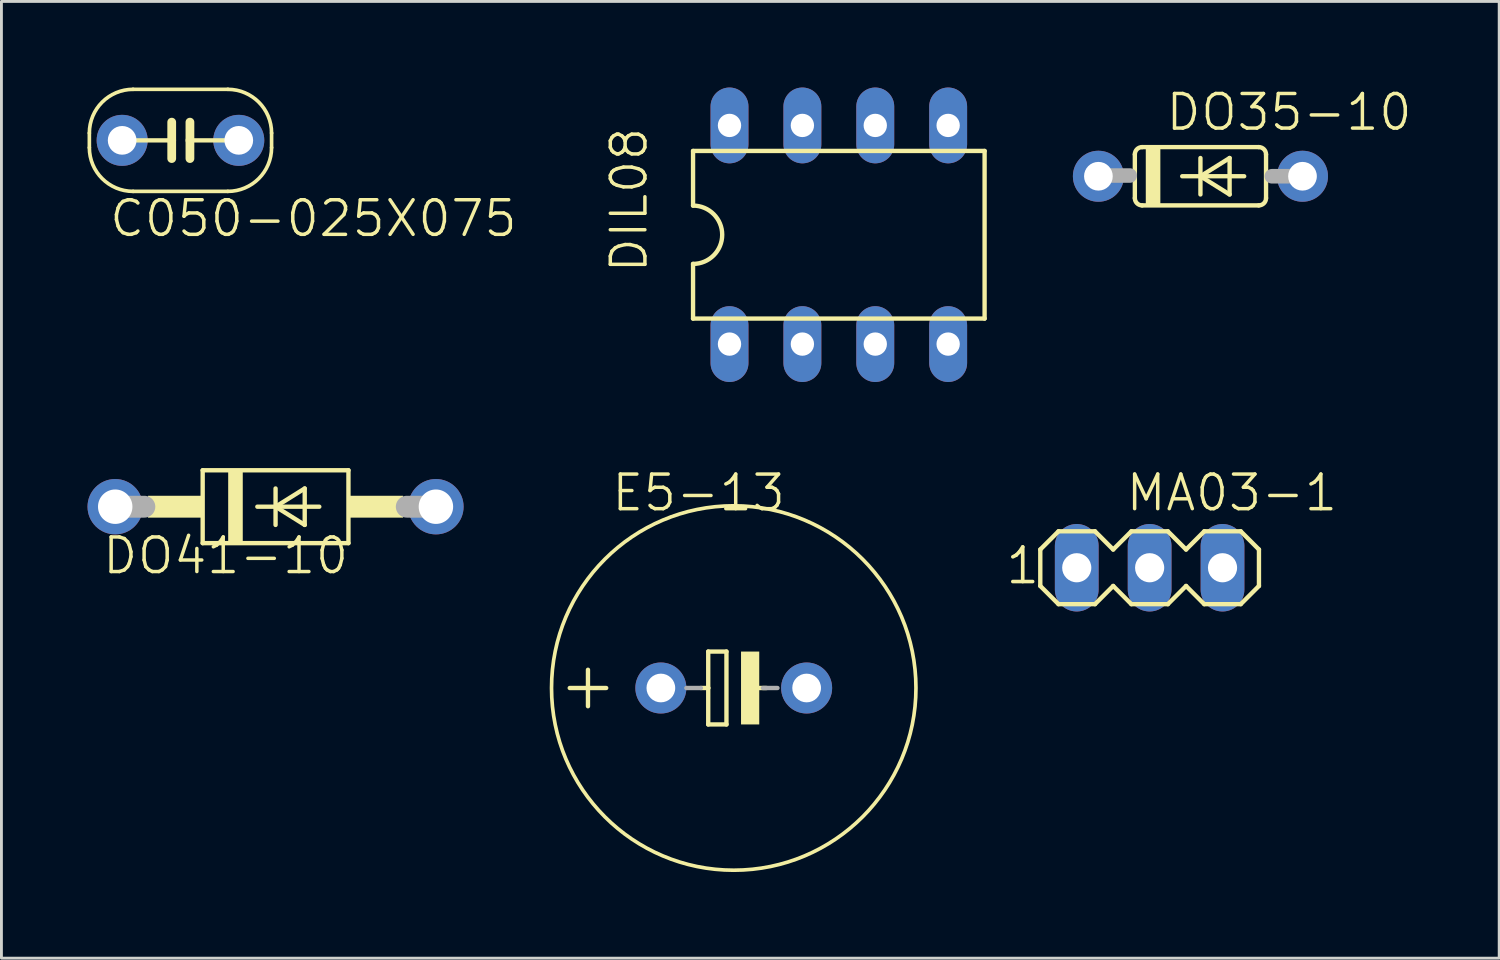
<source format=kicad_pcb>
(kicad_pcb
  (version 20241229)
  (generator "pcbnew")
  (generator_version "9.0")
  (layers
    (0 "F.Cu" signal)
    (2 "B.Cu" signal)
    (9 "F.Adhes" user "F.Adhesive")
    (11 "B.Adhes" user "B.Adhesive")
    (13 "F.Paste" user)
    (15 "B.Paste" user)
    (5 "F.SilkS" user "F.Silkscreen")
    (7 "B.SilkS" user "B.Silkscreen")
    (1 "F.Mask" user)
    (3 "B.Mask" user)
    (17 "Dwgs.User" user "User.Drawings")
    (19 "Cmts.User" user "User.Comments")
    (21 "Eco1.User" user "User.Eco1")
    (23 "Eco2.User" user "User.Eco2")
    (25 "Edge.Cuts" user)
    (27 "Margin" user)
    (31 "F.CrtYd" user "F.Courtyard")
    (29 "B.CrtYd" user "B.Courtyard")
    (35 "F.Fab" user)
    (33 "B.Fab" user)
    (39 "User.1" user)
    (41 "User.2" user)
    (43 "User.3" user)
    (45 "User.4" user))
  (footprint "E5-13"
    (layer "F.Cu")
    (at 22.52 20.926)
    (property "Reference" "E5-13" (at -4.318 -6.096 180) (layer "F.SilkS") (effects (font (size 1.206 1.206) (thickness 0.121)) (justify left bottom)))
    (attr through_hole)
    (fp_line (start -5.715 0) (end -4.445 0) (stroke (width 0.152) (type solid)) (layer "F.SilkS"))
    (fp_line (start -5.08 0.635) (end -5.08 -0.635) (stroke (width 0.152) (type solid)) (layer "F.SilkS"))
    (fp_line (start -1.143 0) (end -0.889 0) (stroke (width 0.152) (type solid)) (layer "F.SilkS"))
    (fp_line (start -0.889 -1.27) (end -0.889 0) (stroke (width 0.152) (type solid)) (layer "F.SilkS"))
    (fp_line (start -0.889 0) (end -0.889 1.27) (stroke (width 0.152) (type solid)) (layer "F.SilkS"))
    (fp_line (start -0.889 1.27) (end -0.254 1.27) (stroke (width 0.152) (type solid)) (layer "F.SilkS"))
    (fp_line (start -0.254 -1.27) (end -0.889 -1.27) (stroke (width 0.152) (type solid)) (layer "F.SilkS"))
    (fp_line (start -0.254 1.27) (end -0.254 -1.27) (stroke (width 0.152) (type solid)) (layer "F.SilkS"))
    (fp_line (start 0.635 0) (end 1.143 0) (stroke (width 0.152) (type solid)) (layer "F.SilkS"))
    (fp_circle (center 0 0) (end 6.35 0) (stroke (width 0.127) (type solid)) (fill no) (layer "F.SilkS"))
    (fp_poly (pts (xy 0.254 1.27) (xy 0.889 1.27) (xy 0.889 -1.27) (xy 0.254 -1.27)) (stroke (width 0) (type solid)) (fill yes) (layer "F.SilkS"))
    (fp_line (start -1.651 0) (end -1.143 0) (stroke (width 0.152) (type solid)) (layer "F.Fab"))
    (fp_line (start 1.016 0) (end 1.524 0) (stroke (width 0.152) (type solid)) (layer "F.Fab"))
    (pad "+" thru_hole circle (at -2.54 0) (size 1.778 1.778) (drill 1) (layers "*.Cu" "*.Mask"))
    (pad "-" thru_hole circle (at 2.54 0) (size 1.778 1.778) (drill 1) (layers "*.Cu" "*.Mask")))
  (footprint "DO35-10"
    (layer "F.Cu")
    (at 38.784 3.092)
    (property "Reference" "DO35-10" (at -1.27 -1.524 0) (layer "F.SilkS") (effects (font (size 1.206 1.206) (thickness 0.121)) (justify left bottom)))
    (attr through_hole)
    (fp_line (start -2.286 -0.762) (end -2.286 0.762) (stroke (width 0.152) (type solid)) (layer "F.SilkS"))
    (fp_line (start -2.032 -1.016) (end 2.032 -1.016) (stroke (width 0.152) (type solid)) (layer "F.SilkS"))
    (fp_line (start -2.032 1.016) (end 2.032 1.016) (stroke (width 0.152) (type solid)) (layer "F.SilkS"))
    (fp_line (start -0.635 0) (end 0 0) (stroke (width 0.152) (type solid)) (layer "F.SilkS"))
    (fp_line (start 0 -0.635) (end 0 0) (stroke (width 0.152) (type solid)) (layer "F.SilkS"))
    (fp_line (start 0 0) (end 0 0.635) (stroke (width 0.152) (type solid)) (layer "F.SilkS"))
    (fp_line (start 0 0) (end 1.016 -0.635) (stroke (width 0.152) (type solid)) (layer "F.SilkS"))
    (fp_line (start 0 0) (end 1.524 0) (stroke (width 0.152) (type solid)) (layer "F.SilkS"))
    (fp_line (start 1.016 -0.635) (end 1.016 0.635) (stroke (width 0.152) (type solid)) (layer "F.SilkS"))
    (fp_line (start 1.016 0.635) (end 0 0) (stroke (width 0.152) (type solid)) (layer "F.SilkS"))
    (fp_line (start 2.286 0.762) (end 2.286 -0.762) (stroke (width 0.152) (type solid)) (layer "F.SilkS"))
    (fp_arc (start -2.286 -0.762) (mid -2.211605 -0.941605) (end -2.032 -1.016) (stroke (width 0.1524) (type solid)) (layer "F.SilkS"))
    (fp_arc (start -2.032 1.016) (mid -2.211605 0.941605) (end -2.286 0.762) (stroke (width 0.1524) (type solid)) (layer "F.SilkS"))
    (fp_arc (start 2.032 -1.016) (mid 2.211605 -0.941605) (end 2.286 -0.762) (stroke (width 0.1524) (type solid)) (layer "F.SilkS"))
    (fp_arc (start 2.286 0.762) (mid 2.211605 0.941605) (end 2.032 1.016) (stroke (width 0.1524) (type solid)) (layer "F.SilkS"))
    (fp_poly (pts (xy -1.905 1.016) (xy -1.397 1.016) (xy -1.397 -1.016) (xy -1.905 -1.016)) (stroke (width 0) (type solid)) (fill yes) (layer "F.SilkS"))
    (fp_line (start -3.531 -0.025) (end -2.464 -0.025) (stroke (width 0.508) (type solid)) (layer "F.Fab"))
    (fp_line (start 2.489 0) (end 3.556 0) (stroke (width 0.508) (type solid)) (layer "F.Fab"))
    (pad "A" thru_hole circle (at 3.556 0) (size 1.778 1.778) (drill 1) (layers "*.Cu" "*.Mask"))
    (pad "C" thru_hole circle (at -3.556 0) (size 1.778 1.778) (drill 1) (layers "*.Cu" "*.Mask")))
  (footprint "MA03-1"
    (layer "F.Cu")
    (at 37.013 16.735)
    (property "Reference" "MA03-1" (at -0.889 -1.905 0) (layer "F.SilkS") (effects (font (size 1.206 1.206) (thickness 0.121)) (justify left bottom)))
    (attr through_hole)
    (fp_line (start -3.81 -0.635) (end -3.81 0.635) (stroke (width 0.152) (type solid)) (layer "F.SilkS"))
    (fp_line (start -3.81 0.635) (end -3.175 1.27) (stroke (width 0.152) (type solid)) (layer "F.SilkS"))
    (fp_line (start -3.175 -1.27) (end -3.81 -0.635) (stroke (width 0.152) (type solid)) (layer "F.SilkS"))
    (fp_line (start -3.175 -1.27) (end -1.905 -1.27) (stroke (width 0.152) (type solid)) (layer "F.SilkS"))
    (fp_line (start -1.905 -1.27) (end -1.27 -0.635) (stroke (width 0.152) (type solid)) (layer "F.SilkS"))
    (fp_line (start -1.905 1.27) (end -3.175 1.27) (stroke (width 0.152) (type solid)) (layer "F.SilkS"))
    (fp_line (start -1.27 -0.635) (end -0.635 -1.27) (stroke (width 0.152) (type solid)) (layer "F.SilkS"))
    (fp_line (start -1.27 0.635) (end -1.905 1.27) (stroke (width 0.152) (type solid)) (layer "F.SilkS"))
    (fp_line (start -0.635 -1.27) (end 0.635 -1.27) (stroke (width 0.152) (type solid)) (layer "F.SilkS"))
    (fp_line (start -0.635 1.27) (end -1.27 0.635) (stroke (width 0.152) (type solid)) (layer "F.SilkS"))
    (fp_line (start 0.635 -1.27) (end 1.27 -0.635) (stroke (width 0.152) (type solid)) (layer "F.SilkS"))
    (fp_line (start 0.635 1.27) (end -0.635 1.27) (stroke (width 0.152) (type solid)) (layer "F.SilkS"))
    (fp_line (start 1.27 -0.635) (end 1.905 -1.27) (stroke (width 0.152) (type solid)) (layer "F.SilkS"))
    (fp_line (start 1.27 0.635) (end 0.635 1.27) (stroke (width 0.152) (type solid)) (layer "F.SilkS"))
    (fp_line (start 1.905 -1.27) (end 3.175 -1.27) (stroke (width 0.152) (type solid)) (layer "F.SilkS"))
    (fp_line (start 1.905 1.27) (end 1.27 0.635) (stroke (width 0.152) (type solid)) (layer "F.SilkS"))
    (fp_line (start 3.175 -1.27) (end 3.81 -0.635) (stroke (width 0.152) (type solid)) (layer "F.SilkS"))
    (fp_line (start 3.175 1.27) (end 1.905 1.27) (stroke (width 0.152) (type solid)) (layer "F.SilkS"))
    (fp_line (start 3.81 -0.635) (end 3.81 0.635) (stroke (width 0.152) (type solid)) (layer "F.SilkS"))
    (fp_line (start 3.81 0.635) (end 3.175 1.27) (stroke (width 0.152) (type solid)) (layer "F.SilkS"))
    (fp_poly (pts (xy -2.794 0.254) (xy -2.286 0.254) (xy -2.286 -0.254) (xy -2.794 -0.254)) (stroke (width 0.1) (type solid)) (fill no) (layer "F.Fab"))
    (fp_poly (pts (xy -0.254 0.254) (xy 0.254 0.254) (xy 0.254 -0.254) (xy -0.254 -0.254)) (stroke (width 0.1) (type solid)) (fill no) (layer "F.Fab"))
    (fp_poly (pts (xy 2.286 0.254) (xy 2.794 0.254) (xy 2.794 -0.254) (xy 2.286 -0.254)) (stroke (width 0.1) (type solid)) (fill no) (layer "F.Fab"))
    (fp_text user "1" (at -5.08 0.635 0) (layer "F.SilkS") (effects (font (size 1.206 1.206) (thickness 0.127)) (justify left bottom)))
    (pad "1" thru_hole oval (at -2.54 0 90) (size 3.048 1.524) (drill 1.016) (layers "*.Cu" "*.Mask"))
    (pad "2" thru_hole oval (at 0 0 90) (size 3.048 1.524) (drill 1.016) (layers "*.Cu" "*.Mask"))
    (pad "3" thru_hole oval (at 2.54 0 90) (size 3.048 1.524) (drill 1.016) (layers "*.Cu" "*.Mask")))
  (footprint "DIL08"
    (layer "F.Cu")
    (at 26.182 5.131)
    (property "Reference" "DIL08" (at -6.604 1.397 270) (layer "F.SilkS") (effects (font (size 1.206 1.206) (thickness 0.121)) (justify left bottom)))
    (attr through_hole)
    (fp_line (start -5.08 -2.921) (end -5.08 -1.016) (stroke (width 0.152) (type solid)) (layer "F.SilkS"))
    (fp_line (start -5.08 2.921) (end -5.08 1.016) (stroke (width 0.152) (type solid)) (layer "F.SilkS"))
    (fp_line (start -5.08 2.921) (end 5.08 2.921) (stroke (width 0.152) (type solid)) (layer "F.SilkS"))
    (fp_line (start 5.08 -2.921) (end -5.08 -2.921) (stroke (width 0.152) (type solid)) (layer "F.SilkS"))
    (fp_line (start 5.08 -2.921) (end 5.08 2.921) (stroke (width 0.152) (type solid)) (layer "F.SilkS"))
    (fp_arc (start -5.08 -1.016) (mid -4.064 0) (end -5.08 1.016) (stroke (width 0.1524) (type solid)) (layer "F.SilkS"))
    (pad "1" thru_hole oval (at -3.81 3.81 90) (size 2.642 1.321) (drill 0.813) (layers "*.Cu" "*.Mask"))
    (pad "2" thru_hole oval (at -1.27 3.81 90) (size 2.642 1.321) (drill 0.813) (layers "*.Cu" "*.Mask"))
    (pad "3" thru_hole oval (at 1.27 3.81 90) (size 2.642 1.321) (drill 0.813) (layers "*.Cu" "*.Mask"))
    (pad "4" thru_hole oval (at 3.81 3.81 90) (size 2.642 1.321) (drill 0.813) (layers "*.Cu" "*.Mask"))
    (pad "5" thru_hole oval (at 3.81 -3.81 90) (size 2.642 1.321) (drill 0.813) (layers "*.Cu" "*.Mask"))
    (pad "6" thru_hole oval (at 1.27 -3.81 90) (size 2.642 1.321) (drill 0.813) (layers "*.Cu" "*.Mask"))
    (pad "7" thru_hole oval (at -1.27 -3.81 90) (size 2.642 1.321) (drill 0.813) (layers "*.Cu" "*.Mask"))
    (pad "8" thru_hole oval (at -3.81 -3.81 90) (size 2.642 1.321) (drill 0.813) (layers "*.Cu" "*.Mask")))
  (footprint "C050-025X075"
    (layer "F.Cu")
    (at 3.239 1.841)
    (property "Reference" "C050-025X075" (at -2.54 3.429 180) (layer "F.SilkS") (effects (font (size 1.206 1.206) (thickness 0.121)) (justify left bottom)))
    (attr through_hole)
    (fp_line (start -3.175 -0.254) (end -3.175 0.254) (stroke (width 0.127) (type solid)) (layer "F.SilkS"))
    (fp_line (start -1.651 1.778) (end 1.651 1.778) (stroke (width 0.127) (type solid)) (layer "F.SilkS"))
    (fp_line (start -0.305 -0.635) (end -0.305 0) (stroke (width 0.305) (type solid)) (layer "F.SilkS"))
    (fp_line (start -0.305 0) (end -2.032 0) (stroke (width 0.152) (type solid)) (layer "F.SilkS"))
    (fp_line (start -0.305 0) (end -0.305 0.635) (stroke (width 0.305) (type solid)) (layer "F.SilkS"))
    (fp_line (start 0.33 -0.635) (end 0.33 0) (stroke (width 0.305) (type solid)) (layer "F.SilkS"))
    (fp_line (start 0.33 0) (end 0.33 0.635) (stroke (width 0.305) (type solid)) (layer "F.SilkS"))
    (fp_line (start 0.33 0) (end 2.032 0) (stroke (width 0.152) (type solid)) (layer "F.SilkS"))
    (fp_line (start 1.651 -1.778) (end -1.651 -1.778) (stroke (width 0.127) (type solid)) (layer "F.SilkS"))
    (fp_line (start 3.175 0.254) (end 3.175 -0.254) (stroke (width 0.127) (type solid)) (layer "F.SilkS"))
    (fp_arc (start -3.175001 -0.253999) (mid -2.728631 -1.33163) (end -1.651 -1.778) (stroke (width 0.127) (type solid)) (layer "F.SilkS"))
    (fp_arc (start -1.650999 1.777999) (mid -2.72863 1.33163) (end -3.175 0.254) (stroke (width 0.127) (type solid)) (layer "F.SilkS"))
    (fp_arc (start 1.650999 -1.777999) (mid 2.72863 -1.33163) (end 3.175 -0.254) (stroke (width 0.127) (type solid)) (layer "F.SilkS"))
    (fp_arc (start 3.175001 0.253999) (mid 2.728631 1.33163) (end 1.651 1.778) (stroke (width 0.127) (type solid)) (layer "F.SilkS"))
    (pad "1" thru_hole circle (at -2.032 0) (size 1.778 1.778) (drill 1) (layers "*.Cu" "*.Mask"))
    (pad "2" thru_hole circle (at 2.032 0) (size 1.778 1.778) (drill 1) (layers "*.Cu" "*.Mask")))
  (footprint "DO41-10"
    (layer "F.Cu")
    (at 6.553 14.608)
    (property "Reference" "DO41-10" (at -6.096 2.413 0) (layer "F.SilkS") (effects (font (size 1.206 1.206) (thickness 0.121)) (justify left bottom)))
    (attr through_hole)
    (fp_line (start -2.54 -1.27) (end -2.54 1.27) (stroke (width 0.152) (type solid)) (layer "F.SilkS"))
    (fp_line (start -2.54 -1.27) (end 2.54 -1.27) (stroke (width 0.152) (type solid)) (layer "F.SilkS"))
    (fp_line (start -0.635 0) (end 0 0) (stroke (width 0.152) (type solid)) (layer "F.SilkS"))
    (fp_line (start 0 -0.635) (end 0 0) (stroke (width 0.152) (type solid)) (layer "F.SilkS"))
    (fp_line (start 0 0) (end 0 0.635) (stroke (width 0.152) (type solid)) (layer "F.SilkS"))
    (fp_line (start 0 0) (end 1.016 -0.635) (stroke (width 0.152) (type solid)) (layer "F.SilkS"))
    (fp_line (start 0 0) (end 1.524 0) (stroke (width 0.152) (type solid)) (layer "F.SilkS"))
    (fp_line (start 1.016 -0.635) (end 1.016 0.635) (stroke (width 0.152) (type solid)) (layer "F.SilkS"))
    (fp_line (start 1.016 0.635) (end 0 0) (stroke (width 0.152) (type solid)) (layer "F.SilkS"))
    (fp_line (start 2.54 1.27) (end -2.54 1.27) (stroke (width 0.152) (type solid)) (layer "F.SilkS"))
    (fp_line (start 2.54 1.27) (end 2.54 -1.27) (stroke (width 0.152) (type solid)) (layer "F.SilkS"))
    (fp_poly (pts (xy -4.445 0.381) (xy -2.54 0.381) (xy -2.54 -0.381) (xy -4.445 -0.381)) (stroke (width 0) (type solid)) (fill yes) (layer "F.SilkS"))
    (fp_poly (pts (xy -1.651 1.27) (xy -1.143 1.27) (xy -1.143 -1.27) (xy -1.651 -1.27)) (stroke (width 0) (type solid)) (fill yes) (layer "F.SilkS"))
    (fp_poly (pts (xy 2.54 0.381) (xy 4.445 0.381) (xy 4.445 -0.381) (xy 2.54 -0.381)) (stroke (width 0) (type solid)) (fill yes) (layer "F.SilkS"))
    (fp_line (start -5.588 0) (end -4.572 0) (stroke (width 0.762) (type solid)) (layer "F.Fab"))
    (fp_line (start 5.588 0) (end 4.572 0) (stroke (width 0.762) (type solid)) (layer "F.Fab"))
    (pad "A" thru_hole circle (at 5.588 0) (size 1.93 1.93) (drill 1.2) (layers "*.Cu" "*.Mask"))
    (pad "C" thru_hole circle (at -5.588 0) (size 1.93 1.93) (drill 1.2) (layers "*.Cu" "*.Mask")))
  (gr_rect
    (start -3 -3)
    (end 49.195 30.34)
    (stroke (width 0.1) (type default))
    (fill no)
    (layer "Edge.Cuts")))
</source>
